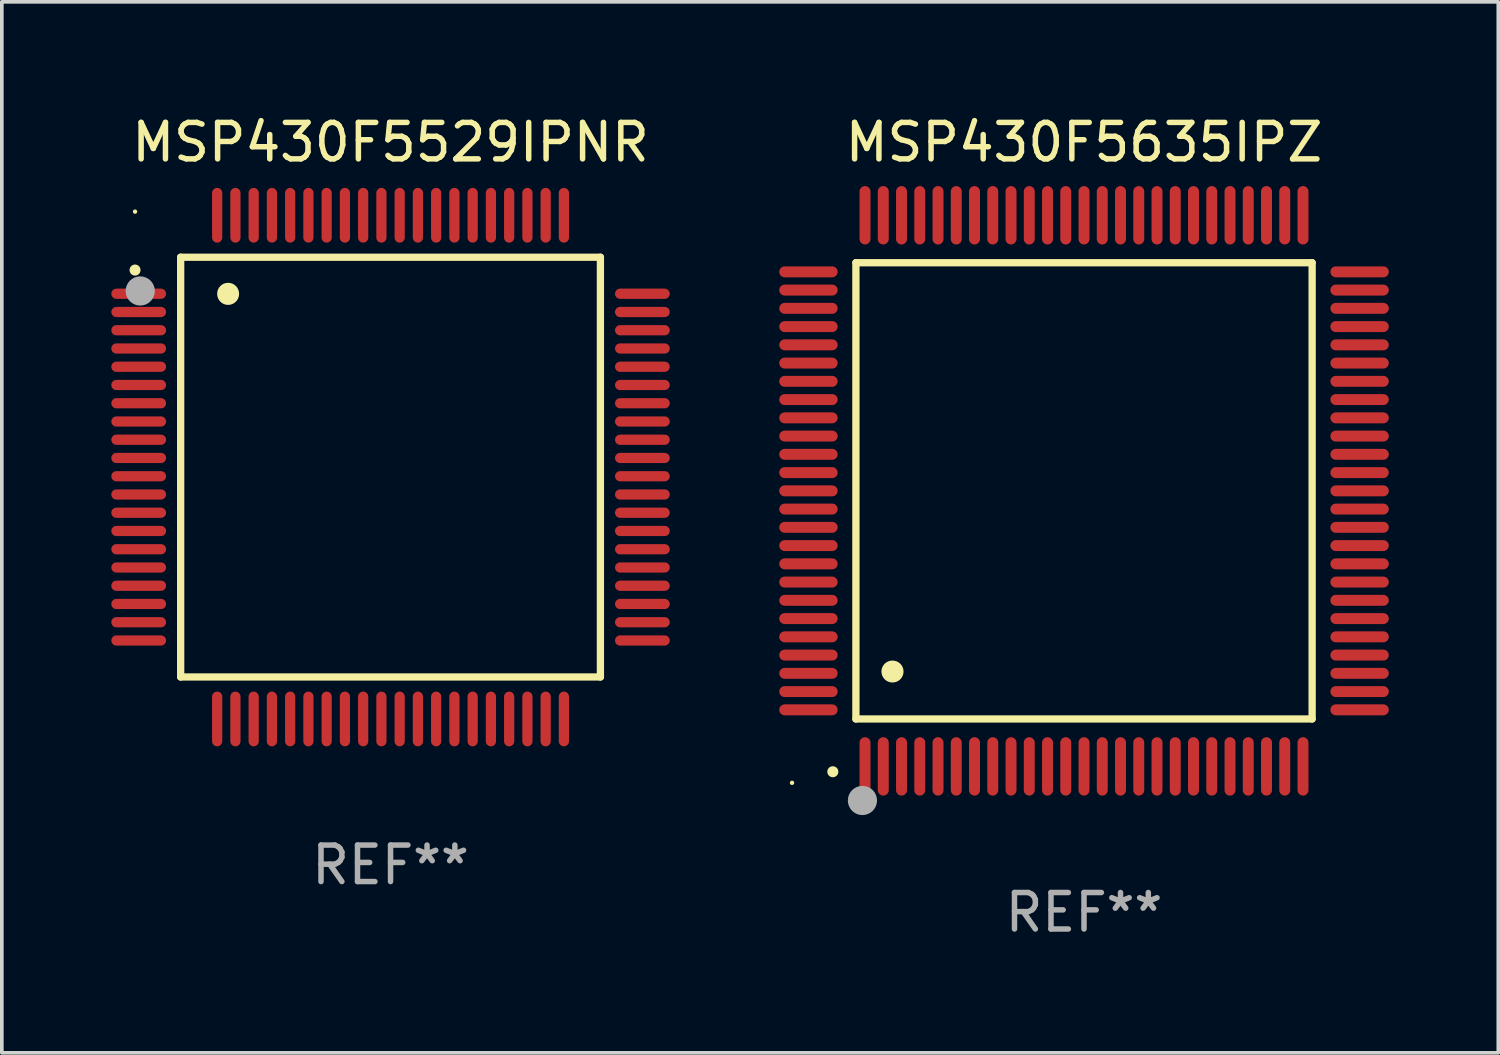
<source format=kicad_pcb>
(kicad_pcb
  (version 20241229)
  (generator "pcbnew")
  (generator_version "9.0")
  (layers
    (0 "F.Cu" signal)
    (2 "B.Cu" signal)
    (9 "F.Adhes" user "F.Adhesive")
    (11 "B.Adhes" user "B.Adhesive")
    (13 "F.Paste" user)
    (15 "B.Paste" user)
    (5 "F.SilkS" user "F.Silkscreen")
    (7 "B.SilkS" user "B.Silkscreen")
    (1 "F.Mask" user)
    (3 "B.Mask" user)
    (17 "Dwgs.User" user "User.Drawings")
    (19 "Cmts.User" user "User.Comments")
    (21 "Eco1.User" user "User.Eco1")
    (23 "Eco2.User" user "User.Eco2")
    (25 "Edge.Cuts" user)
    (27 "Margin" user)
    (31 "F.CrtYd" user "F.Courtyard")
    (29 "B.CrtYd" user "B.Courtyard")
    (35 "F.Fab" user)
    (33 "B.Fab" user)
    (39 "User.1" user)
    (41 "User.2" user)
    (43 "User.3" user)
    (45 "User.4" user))
  (footprint "MSP430F5635IPZ"
    (layer "F.Cu")
    (at 26.65 10.398)
    (property "Reference" "MSP430F5635IPZ" (at 0 -9.55 0) (layer "F.SilkS") (effects (font (size 1 1) (thickness 0.15))))
    (attr through_hole)
    (fp_line (start -6.25 -6.25) (end -6.25 6.25) (stroke (width 0.2) (type solid)) (layer "F.SilkS"))
    (fp_line (start -6.25 6.25) (end 6.25 6.25) (stroke (width 0.2) (type solid)) (layer "F.SilkS"))
    (fp_line (start 6.25 -6.25) (end -6.25 -6.25) (stroke (width 0.2) (type solid)) (layer "F.SilkS"))
    (fp_line (start 6.25 6.25) (end 6.25 -6.25) (stroke (width 0.2) (type solid)) (layer "F.SilkS"))
    (fp_arc (start -6.883414 7.696215) (mid -6.882144 7.69621) (end -6.880874 7.696215) (stroke (width 0.3) (type solid)) (layer "F.SilkS"))
    (fp_arc (start -5.250191 4.95047) (mid -5.247651 4.950459) (end -5.245111 4.95047) (stroke (width 0.6) (type solid)) (layer "F.SilkS"))
    (fp_circle (center -8 8) (end -7.97 8) (stroke (width 0.06) (type solid)) (fill no) (layer "F.SilkS"))
    (fp_circle (center -6.071 8.484) (end -5.871 8.484) (stroke (width 0.4) (type solid)) (fill no) (layer "F.Fab"))
    (fp_text user "REF**" (at 0 11.55 0) (layer "F.Fab") (effects (font (size 1 1) (thickness 0.15))))
    (pad "1" smd oval (at -6 7.55) (size 0.3 1.6) (layers "F.Cu" "F.Mask" "F.Paste"))
    (pad "2" smd oval (at -5.5 7.55) (size 0.3 1.6) (layers "F.Cu" "F.Mask" "F.Paste"))
    (pad "3" smd oval (at -5 7.55) (size 0.3 1.6) (layers "F.Cu" "F.Mask" "F.Paste"))
    (pad "4" smd oval (at -4.5 7.55) (size 0.3 1.6) (layers "F.Cu" "F.Mask" "F.Paste"))
    (pad "5" smd oval (at -4 7.55) (size 0.3 1.6) (layers "F.Cu" "F.Mask" "F.Paste"))
    (pad "6" smd oval (at -3.5 7.55) (size 0.3 1.6) (layers "F.Cu" "F.Mask" "F.Paste"))
    (pad "7" smd oval (at -3 7.55) (size 0.3 1.6) (layers "F.Cu" "F.Mask" "F.Paste"))
    (pad "8" smd oval (at -2.5 7.55) (size 0.3 1.6) (layers "F.Cu" "F.Mask" "F.Paste"))
    (pad "9" smd oval (at -2 7.55) (size 0.3 1.6) (layers "F.Cu" "F.Mask" "F.Paste"))
    (pad "10" smd oval (at -1.5 7.55) (size 0.3 1.6) (layers "F.Cu" "F.Mask" "F.Paste"))
    (pad "11" smd oval (at -1 7.55) (size 0.3 1.6) (layers "F.Cu" "F.Mask" "F.Paste"))
    (pad "12" smd oval (at -0.5 7.55) (size 0.3 1.6) (layers "F.Cu" "F.Mask" "F.Paste"))
    (pad "13" smd oval (at 0 7.55) (size 0.3 1.6) (layers "F.Cu" "F.Mask" "F.Paste"))
    (pad "14" smd oval (at 0.5 7.55) (size 0.3 1.6) (layers "F.Cu" "F.Mask" "F.Paste"))
    (pad "15" smd oval (at 1 7.55) (size 0.3 1.6) (layers "F.Cu" "F.Mask" "F.Paste"))
    (pad "16" smd oval (at 1.5 7.55) (size 0.3 1.6) (layers "F.Cu" "F.Mask" "F.Paste"))
    (pad "17" smd oval (at 2 7.55) (size 0.3 1.6) (layers "F.Cu" "F.Mask" "F.Paste"))
    (pad "18" smd oval (at 2.5 7.55) (size 0.3 1.6) (layers "F.Cu" "F.Mask" "F.Paste"))
    (pad "19" smd oval (at 3 7.55) (size 0.3 1.6) (layers "F.Cu" "F.Mask" "F.Paste"))
    (pad "20" smd oval (at 3.5 7.55) (size 0.3 1.6) (layers "F.Cu" "F.Mask" "F.Paste"))
    (pad "21" smd oval (at 4 7.55) (size 0.3 1.6) (layers "F.Cu" "F.Mask" "F.Paste"))
    (pad "22" smd oval (at 4.5 7.55) (size 0.3 1.6) (layers "F.Cu" "F.Mask" "F.Paste"))
    (pad "23" smd oval (at 5 7.55) (size 0.3 1.6) (layers "F.Cu" "F.Mask" "F.Paste"))
    (pad "24" smd oval (at 5.5 7.55) (size 0.3 1.6) (layers "F.Cu" "F.Mask" "F.Paste"))
    (pad "25" smd oval (at 6 7.55) (size 0.3 1.6) (layers "F.Cu" "F.Mask" "F.Paste"))
    (pad "26" smd oval (at 7.55 6) (size 1.6 0.3) (layers "F.Cu" "F.Mask" "F.Paste"))
    (pad "27" smd oval (at 7.55 5.5) (size 1.6 0.3) (layers "F.Cu" "F.Mask" "F.Paste"))
    (pad "28" smd oval (at 7.55 5) (size 1.6 0.3) (layers "F.Cu" "F.Mask" "F.Paste"))
    (pad "29" smd oval (at 7.55 4.5) (size 1.6 0.3) (layers "F.Cu" "F.Mask" "F.Paste"))
    (pad "30" smd oval (at 7.55 4) (size 1.6 0.3) (layers "F.Cu" "F.Mask" "F.Paste"))
    (pad "31" smd oval (at 7.55 3.5) (size 1.6 0.3) (layers "F.Cu" "F.Mask" "F.Paste"))
    (pad "32" smd oval (at 7.55 3) (size 1.6 0.3) (layers "F.Cu" "F.Mask" "F.Paste"))
    (pad "33" smd oval (at 7.55 2.5) (size 1.6 0.3) (layers "F.Cu" "F.Mask" "F.Paste"))
    (pad "34" smd oval (at 7.55 2) (size 1.6 0.3) (layers "F.Cu" "F.Mask" "F.Paste"))
    (pad "35" smd oval (at 7.55 1.5) (size 1.6 0.3) (layers "F.Cu" "F.Mask" "F.Paste"))
    (pad "36" smd oval (at 7.55 1) (size 1.6 0.3) (layers "F.Cu" "F.Mask" "F.Paste"))
    (pad "37" smd oval (at 7.55 0.5) (size 1.6 0.3) (layers "F.Cu" "F.Mask" "F.Paste"))
    (pad "38" smd oval (at 7.55 0) (size 1.6 0.3) (layers "F.Cu" "F.Mask" "F.Paste"))
    (pad "39" smd oval (at 7.55 -0.5) (size 1.6 0.3) (layers "F.Cu" "F.Mask" "F.Paste"))
    (pad "40" smd oval (at 7.55 -1) (size 1.6 0.3) (layers "F.Cu" "F.Mask" "F.Paste"))
    (pad "41" smd oval (at 7.55 -1.5) (size 1.6 0.3) (layers "F.Cu" "F.Mask" "F.Paste"))
    (pad "42" smd oval (at 7.55 -2) (size 1.6 0.3) (layers "F.Cu" "F.Mask" "F.Paste"))
    (pad "43" smd oval (at 7.55 -2.5) (size 1.6 0.3) (layers "F.Cu" "F.Mask" "F.Paste"))
    (pad "44" smd oval (at 7.55 -3) (size 1.6 0.3) (layers "F.Cu" "F.Mask" "F.Paste"))
    (pad "45" smd oval (at 7.55 -3.5) (size 1.6 0.3) (layers "F.Cu" "F.Mask" "F.Paste"))
    (pad "46" smd oval (at 7.55 -4) (size 1.6 0.3) (layers "F.Cu" "F.Mask" "F.Paste"))
    (pad "47" smd oval (at 7.55 -4.5) (size 1.6 0.3) (layers "F.Cu" "F.Mask" "F.Paste"))
    (pad "48" smd oval (at 7.55 -5) (size 1.6 0.3) (layers "F.Cu" "F.Mask" "F.Paste"))
    (pad "49" smd oval (at 7.55 -5.5) (size 1.6 0.3) (layers "F.Cu" "F.Mask" "F.Paste"))
    (pad "50" smd oval (at 7.55 -6) (size 1.6 0.3) (layers "F.Cu" "F.Mask" "F.Paste"))
    (pad "51" smd oval (at 6 -7.55) (size 0.3 1.6) (layers "F.Cu" "F.Mask" "F.Paste"))
    (pad "52" smd oval (at 5.5 -7.55) (size 0.3 1.6) (layers "F.Cu" "F.Mask" "F.Paste"))
    (pad "53" smd oval (at 5 -7.55) (size 0.3 1.6) (layers "F.Cu" "F.Mask" "F.Paste"))
    (pad "54" smd oval (at 4.5 -7.55) (size 0.3 1.6) (layers "F.Cu" "F.Mask" "F.Paste"))
    (pad "55" smd oval (at 4 -7.55) (size 0.3 1.6) (layers "F.Cu" "F.Mask" "F.Paste"))
    (pad "56" smd oval (at 3.5 -7.55) (size 0.3 1.6) (layers "F.Cu" "F.Mask" "F.Paste"))
    (pad "57" smd oval (at 3 -7.55) (size 0.3 1.6) (layers "F.Cu" "F.Mask" "F.Paste"))
    (pad "58" smd oval (at 2.5 -7.55) (size 0.3 1.6) (layers "F.Cu" "F.Mask" "F.Paste"))
    (pad "59" smd oval (at 2 -7.55) (size 0.3 1.6) (layers "F.Cu" "F.Mask" "F.Paste"))
    (pad "60" smd oval (at 1.5 -7.55) (size 0.3 1.6) (layers "F.Cu" "F.Mask" "F.Paste"))
    (pad "61" smd oval (at 1 -7.55) (size 0.3 1.6) (layers "F.Cu" "F.Mask" "F.Paste"))
    (pad "62" smd oval (at 0.5 -7.55) (size 0.3 1.6) (layers "F.Cu" "F.Mask" "F.Paste"))
    (pad "63" smd oval (at 0 -7.55) (size 0.3 1.6) (layers "F.Cu" "F.Mask" "F.Paste"))
    (pad "64" smd oval (at -0.5 -7.55) (size 0.3 1.6) (layers "F.Cu" "F.Mask" "F.Paste"))
    (pad "65" smd oval (at -1 -7.55) (size 0.3 1.6) (layers "F.Cu" "F.Mask" "F.Paste"))
    (pad "66" smd oval (at -1.5 -7.55) (size 0.3 1.6) (layers "F.Cu" "F.Mask" "F.Paste"))
    (pad "67" smd oval (at -2 -7.55) (size 0.3 1.6) (layers "F.Cu" "F.Mask" "F.Paste"))
    (pad "68" smd oval (at -2.5 -7.55) (size 0.3 1.6) (layers "F.Cu" "F.Mask" "F.Paste"))
    (pad "69" smd oval (at -3 -7.55) (size 0.3 1.6) (layers "F.Cu" "F.Mask" "F.Paste"))
    (pad "70" smd oval (at -3.5 -7.55) (size 0.3 1.6) (layers "F.Cu" "F.Mask" "F.Paste"))
    (pad "71" smd oval (at -4 -7.55) (size 0.3 1.6) (layers "F.Cu" "F.Mask" "F.Paste"))
    (pad "72" smd oval (at -4.5 -7.55) (size 0.3 1.6) (layers "F.Cu" "F.Mask" "F.Paste"))
    (pad "73" smd oval (at -5 -7.55) (size 0.3 1.6) (layers "F.Cu" "F.Mask" "F.Paste"))
    (pad "74" smd oval (at -5.5 -7.55) (size 0.3 1.6) (layers "F.Cu" "F.Mask" "F.Paste"))
    (pad "75" smd oval (at -6 -7.55) (size 0.3 1.6) (layers "F.Cu" "F.Mask" "F.Paste"))
    (pad "76" smd oval (at -7.55 -6) (size 1.6 0.3) (layers "F.Cu" "F.Mask" "F.Paste"))
    (pad "77" smd oval (at -7.55 -5.5) (size 1.6 0.3) (layers "F.Cu" "F.Mask" "F.Paste"))
    (pad "78" smd oval (at -7.55 -5) (size 1.6 0.3) (layers "F.Cu" "F.Mask" "F.Paste"))
    (pad "79" smd oval (at -7.55 -4.5) (size 1.6 0.3) (layers "F.Cu" "F.Mask" "F.Paste"))
    (pad "80" smd oval (at -7.55 -4) (size 1.6 0.3) (layers "F.Cu" "F.Mask" "F.Paste"))
    (pad "81" smd oval (at -7.55 -3.5) (size 1.6 0.3) (layers "F.Cu" "F.Mask" "F.Paste"))
    (pad "82" smd oval (at -7.55 -3) (size 1.6 0.3) (layers "F.Cu" "F.Mask" "F.Paste"))
    (pad "83" smd oval (at -7.55 -2.5) (size 1.6 0.3) (layers "F.Cu" "F.Mask" "F.Paste"))
    (pad "84" smd oval (at -7.55 -2) (size 1.6 0.3) (layers "F.Cu" "F.Mask" "F.Paste"))
    (pad "85" smd oval (at -7.55 -1.5) (size 1.6 0.3) (layers "F.Cu" "F.Mask" "F.Paste"))
    (pad "86" smd oval (at -7.55 -1) (size 1.6 0.3) (layers "F.Cu" "F.Mask" "F.Paste"))
    (pad "87" smd oval (at -7.55 -0.5) (size 1.6 0.3) (layers "F.Cu" "F.Mask" "F.Paste"))
    (pad "88" smd oval (at -7.55 0) (size 1.6 0.3) (layers "F.Cu" "F.Mask" "F.Paste"))
    (pad "89" smd oval (at -7.55 0.5) (size 1.6 0.3) (layers "F.Cu" "F.Mask" "F.Paste"))
    (pad "90" smd oval (at -7.55 1) (size 1.6 0.3) (layers "F.Cu" "F.Mask" "F.Paste"))
    (pad "91" smd oval (at -7.55 1.5) (size 1.6 0.3) (layers "F.Cu" "F.Mask" "F.Paste"))
    (pad "92" smd oval (at -7.55 2) (size 1.6 0.3) (layers "F.Cu" "F.Mask" "F.Paste"))
    (pad "93" smd oval (at -7.55 2.5) (size 1.6 0.3) (layers "F.Cu" "F.Mask" "F.Paste"))
    (pad "94" smd oval (at -7.55 3) (size 1.6 0.3) (layers "F.Cu" "F.Mask" "F.Paste"))
    (pad "95" smd oval (at -7.55 3.5) (size 1.6 0.3) (layers "F.Cu" "F.Mask" "F.Paste"))
    (pad "96" smd oval (at -7.55 4) (size 1.6 0.3) (layers "F.Cu" "F.Mask" "F.Paste"))
    (pad "97" smd oval (at -7.55 4.5) (size 1.6 0.3) (layers "F.Cu" "F.Mask" "F.Paste"))
    (pad "98" smd oval (at -7.55 5) (size 1.6 0.3) (layers "F.Cu" "F.Mask" "F.Paste"))
    (pad "99" smd oval (at -7.55 5.5) (size 1.6 0.3) (layers "F.Cu" "F.Mask" "F.Paste"))
    (pad "100" smd oval (at -7.55 6) (size 1.6 0.3) (layers "F.Cu" "F.Mask" "F.Paste")))
  (footprint "MSP430F5529IPNR"
    (layer "F.Cu")
    (at 7.65 9.748)
    (property "Reference" "MSP430F5529IPNR" (at 0 -8.9 0) (layer "F.SilkS") (effects (font (size 1 1) (thickness 0.15))))
    (attr through_hole)
    (fp_line (start -5.75 -5.75) (end 5.75 -5.75) (stroke (width 0.2) (type solid)) (layer "F.SilkS"))
    (fp_line (start -5.75 5.75) (end -5.75 -5.75) (stroke (width 0.2) (type solid)) (layer "F.SilkS"))
    (fp_line (start 5.75 -5.75) (end 5.75 5.75) (stroke (width 0.2) (type solid)) (layer "F.SilkS"))
    (fp_line (start 5.75 5.75) (end -5.75 5.75) (stroke (width 0.2) (type solid)) (layer "F.SilkS"))
    (fp_arc (start -7.000229 -5.397435) (mid -7.000234 -5.398705) (end -7.000229 -5.399975) (stroke (width 0.3) (type solid)) (layer "F.SilkS"))
    (fp_arc (start -4.450064 -4.744653) (mid -4.450075 -4.747193) (end -4.450064 -4.749733) (stroke (width 0.6) (type solid)) (layer "F.SilkS"))
    (fp_circle (center -7 -7) (end -6.97 -7) (stroke (width 0.06) (type solid)) (fill no) (layer "F.SilkS"))
    (fp_circle (center -6.858 -4.826) (end -6.658 -4.826) (stroke (width 0.4) (type solid)) (fill no) (layer "F.Fab"))
    (fp_text user "REF**" (at 0 10.9 0) (layer "F.Fab") (effects (font (size 1 1) (thickness 0.15))))
    (pad "1" smd oval (at -6.9 -4.75 90) (size 0.28 1.5) (layers "F.Cu" "F.Mask" "F.Paste"))
    (pad "2" smd oval (at -6.9 -4.25 90) (size 0.28 1.5) (layers "F.Cu" "F.Mask" "F.Paste"))
    (pad "3" smd oval (at -6.9 -3.75 90) (size 0.28 1.5) (layers "F.Cu" "F.Mask" "F.Paste"))
    (pad "4" smd oval (at -6.9 -3.25 90) (size 0.28 1.5) (layers "F.Cu" "F.Mask" "F.Paste"))
    (pad "5" smd oval (at -6.9 -2.75 90) (size 0.28 1.5) (layers "F.Cu" "F.Mask" "F.Paste"))
    (pad "6" smd oval (at -6.9 -2.25 90) (size 0.28 1.5) (layers "F.Cu" "F.Mask" "F.Paste"))
    (pad "7" smd oval (at -6.9 -1.75 90) (size 0.28 1.5) (layers "F.Cu" "F.Mask" "F.Paste"))
    (pad "8" smd oval (at -6.9 -1.25 90) (size 0.28 1.5) (layers "F.Cu" "F.Mask" "F.Paste"))
    (pad "9" smd oval (at -6.9 -0.75 90) (size 0.28 1.5) (layers "F.Cu" "F.Mask" "F.Paste"))
    (pad "10" smd oval (at -6.9 -0.25 90) (size 0.28 1.5) (layers "F.Cu" "F.Mask" "F.Paste"))
    (pad "11" smd oval (at -6.9 0.25 90) (size 0.28 1.5) (layers "F.Cu" "F.Mask" "F.Paste"))
    (pad "12" smd oval (at -6.9 0.75 90) (size 0.28 1.5) (layers "F.Cu" "F.Mask" "F.Paste"))
    (pad "13" smd oval (at -6.9 1.25 90) (size 0.28 1.5) (layers "F.Cu" "F.Mask" "F.Paste"))
    (pad "14" smd oval (at -6.9 1.75 90) (size 0.28 1.5) (layers "F.Cu" "F.Mask" "F.Paste"))
    (pad "15" smd oval (at -6.9 2.25 90) (size 0.28 1.5) (layers "F.Cu" "F.Mask" "F.Paste"))
    (pad "16" smd oval (at -6.9 2.75 90) (size 0.28 1.5) (layers "F.Cu" "F.Mask" "F.Paste"))
    (pad "17" smd oval (at -6.9 3.25 90) (size 0.28 1.5) (layers "F.Cu" "F.Mask" "F.Paste"))
    (pad "18" smd oval (at -6.9 3.75 90) (size 0.28 1.5) (layers "F.Cu" "F.Mask" "F.Paste"))
    (pad "19" smd oval (at -6.9 4.25 90) (size 0.28 1.5) (layers "F.Cu" "F.Mask" "F.Paste"))
    (pad "20" smd oval (at -6.9 4.75 270) (size 0.28 1.5) (layers "F.Cu" "F.Mask" "F.Paste"))
    (pad "21" smd oval (at -4.75 6.9 180) (size 0.28 1.5) (layers "F.Cu" "F.Mask" "F.Paste"))
    (pad "22" smd oval (at -4.25 6.9) (size 0.28 1.5) (layers "F.Cu" "F.Mask" "F.Paste"))
    (pad "23" smd oval (at -3.75 6.9) (size 0.28 1.5) (layers "F.Cu" "F.Mask" "F.Paste"))
    (pad "24" smd oval (at -3.25 6.9) (size 0.28 1.5) (layers "F.Cu" "F.Mask" "F.Paste"))
    (pad "25" smd oval (at -2.75 6.9) (size 0.28 1.5) (layers "F.Cu" "F.Mask" "F.Paste"))
    (pad "26" smd oval (at -2.25 6.9) (size 0.28 1.5) (layers "F.Cu" "F.Mask" "F.Paste"))
    (pad "27" smd oval (at -1.75 6.9) (size 0.28 1.5) (layers "F.Cu" "F.Mask" "F.Paste"))
    (pad "28" smd oval (at -1.25 6.9) (size 0.28 1.5) (layers "F.Cu" "F.Mask" "F.Paste"))
    (pad "29" smd oval (at -0.75 6.9) (size 0.28 1.5) (layers "F.Cu" "F.Mask" "F.Paste"))
    (pad "30" smd oval (at -0.25 6.9) (size 0.28 1.5) (layers "F.Cu" "F.Mask" "F.Paste"))
    (pad "31" smd oval (at 0.25 6.9) (size 0.28 1.5) (layers "F.Cu" "F.Mask" "F.Paste"))
    (pad "32" smd oval (at 0.75 6.9) (size 0.28 1.5) (layers "F.Cu" "F.Mask" "F.Paste"))
    (pad "33" smd oval (at 1.25 6.9) (size 0.28 1.5) (layers "F.Cu" "F.Mask" "F.Paste"))
    (pad "34" smd oval (at 1.75 6.9) (size 0.28 1.5) (layers "F.Cu" "F.Mask" "F.Paste"))
    (pad "35" smd oval (at 2.25 6.9) (size 0.28 1.5) (layers "F.Cu" "F.Mask" "F.Paste"))
    (pad "36" smd oval (at 2.75 6.9) (size 0.28 1.5) (layers "F.Cu" "F.Mask" "F.Paste"))
    (pad "37" smd oval (at 3.25 6.9) (size 0.28 1.5) (layers "F.Cu" "F.Mask" "F.Paste"))
    (pad "38" smd oval (at 3.75 6.9) (size 0.28 1.5) (layers "F.Cu" "F.Mask" "F.Paste"))
    (pad "39" smd oval (at 4.25 6.9) (size 0.28 1.5) (layers "F.Cu" "F.Mask" "F.Paste"))
    (pad "40" smd oval (at 4.75 6.9) (size 0.28 1.5) (layers "F.Cu" "F.Mask" "F.Paste"))
    (pad "41" smd oval (at 6.9 4.75 270) (size 0.28 1.5) (layers "F.Cu" "F.Mask" "F.Paste"))
    (pad "42" smd oval (at 6.9 4.25 90) (size 0.28 1.5) (layers "F.Cu" "F.Mask" "F.Paste"))
    (pad "43" smd oval (at 6.9 3.75 90) (size 0.28 1.5) (layers "F.Cu" "F.Mask" "F.Paste"))
    (pad "44" smd oval (at 6.9 3.25 90) (size 0.28 1.5) (layers "F.Cu" "F.Mask" "F.Paste"))
    (pad "45" smd oval (at 6.9 2.75 90) (size 0.28 1.5) (layers "F.Cu" "F.Mask" "F.Paste"))
    (pad "46" smd oval (at 6.9 2.25 90) (size 0.28 1.5) (layers "F.Cu" "F.Mask" "F.Paste"))
    (pad "47" smd oval (at 6.9 1.75 90) (size 0.28 1.5) (layers "F.Cu" "F.Mask" "F.Paste"))
    (pad "48" smd oval (at 6.9 1.25 90) (size 0.28 1.5) (layers "F.Cu" "F.Mask" "F.Paste"))
    (pad "49" smd oval (at 6.9 0.75 90) (size 0.28 1.5) (layers "F.Cu" "F.Mask" "F.Paste"))
    (pad "50" smd oval (at 6.9 0.25 90) (size 0.28 1.5) (layers "F.Cu" "F.Mask" "F.Paste"))
    (pad "51" smd oval (at 6.9 -0.25 90) (size 0.28 1.5) (layers "F.Cu" "F.Mask" "F.Paste"))
    (pad "52" smd oval (at 6.9 -0.75 90) (size 0.28 1.5) (layers "F.Cu" "F.Mask" "F.Paste"))
    (pad "53" smd oval (at 6.9 -1.25 90) (size 0.28 1.5) (layers "F.Cu" "F.Mask" "F.Paste"))
    (pad "54" smd oval (at 6.9 -1.75 90) (size 0.28 1.5) (layers "F.Cu" "F.Mask" "F.Paste"))
    (pad "55" smd oval (at 6.9 -2.25 90) (size 0.28 1.5) (layers "F.Cu" "F.Mask" "F.Paste"))
    (pad "56" smd oval (at 6.9 -2.75 90) (size 0.28 1.5) (layers "F.Cu" "F.Mask" "F.Paste"))
    (pad "57" smd oval (at 6.9 -3.25 90) (size 0.28 1.5) (layers "F.Cu" "F.Mask" "F.Paste"))
    (pad "58" smd oval (at 6.9 -3.75 90) (size 0.28 1.5) (layers "F.Cu" "F.Mask" "F.Paste"))
    (pad "59" smd oval (at 6.9 -4.25 90) (size 0.28 1.5) (layers "F.Cu" "F.Mask" "F.Paste"))
    (pad "60" smd oval (at 6.9 -4.75 90) (size 0.28 1.5) (layers "F.Cu" "F.Mask" "F.Paste"))
    (pad "61" smd oval (at 4.75 -6.9) (size 0.28 1.5) (layers "F.Cu" "F.Mask" "F.Paste"))
    (pad "62" smd oval (at 4.25 -6.9) (size 0.28 1.5) (layers "F.Cu" "F.Mask" "F.Paste"))
    (pad "63" smd oval (at 3.75 -6.9) (size 0.28 1.5) (layers "F.Cu" "F.Mask" "F.Paste"))
    (pad "64" smd oval (at 3.25 -6.9) (size 0.28 1.5) (layers "F.Cu" "F.Mask" "F.Paste"))
    (pad "65" smd oval (at 2.75 -6.9) (size 0.28 1.5) (layers "F.Cu" "F.Mask" "F.Paste"))
    (pad "66" smd oval (at 2.25 -6.9) (size 0.28 1.5) (layers "F.Cu" "F.Mask" "F.Paste"))
    (pad "67" smd oval (at 1.75 -6.9) (size 0.28 1.5) (layers "F.Cu" "F.Mask" "F.Paste"))
    (pad "68" smd oval (at 1.25 -6.9) (size 0.28 1.5) (layers "F.Cu" "F.Mask" "F.Paste"))
    (pad "69" smd oval (at 0.75 -6.9) (size 0.28 1.5) (layers "F.Cu" "F.Mask" "F.Paste"))
    (pad "70" smd oval (at 0.25 -6.9) (size 0.28 1.5) (layers "F.Cu" "F.Mask" "F.Paste"))
    (pad "71" smd oval (at -0.25 -6.9) (size 0.28 1.5) (layers "F.Cu" "F.Mask" "F.Paste"))
    (pad "72" smd oval (at -0.75 -6.9) (size 0.28 1.5) (layers "F.Cu" "F.Mask" "F.Paste"))
    (pad "73" smd oval (at -1.25 -6.9) (size 0.28 1.5) (layers "F.Cu" "F.Mask" "F.Paste"))
    (pad "74" smd oval (at -1.75 -6.9) (size 0.28 1.5) (layers "F.Cu" "F.Mask" "F.Paste"))
    (pad "75" smd oval (at -2.25 -6.9) (size 0.28 1.5) (layers "F.Cu" "F.Mask" "F.Paste"))
    (pad "76" smd oval (at -2.75 -6.9) (size 0.28 1.5) (layers "F.Cu" "F.Mask" "F.Paste"))
    (pad "77" smd oval (at -3.25 -6.9) (size 0.28 1.5) (layers "F.Cu" "F.Mask" "F.Paste"))
    (pad "78" smd oval (at -3.75 -6.9) (size 0.28 1.5) (layers "F.Cu" "F.Mask" "F.Paste"))
    (pad "79" smd oval (at -4.25 -6.9) (size 0.28 1.5) (layers "F.Cu" "F.Mask" "F.Paste"))
    (pad "80" smd oval (at -4.75 -6.9 180) (size 0.28 1.5) (layers "F.Cu" "F.Mask" "F.Paste")))
  (gr_rect
    (start -3 -3)
    (end 38 25.796)
    (stroke (width 0.1) (type default))
    (fill no)
    (layer "Edge.Cuts")))
</source>
